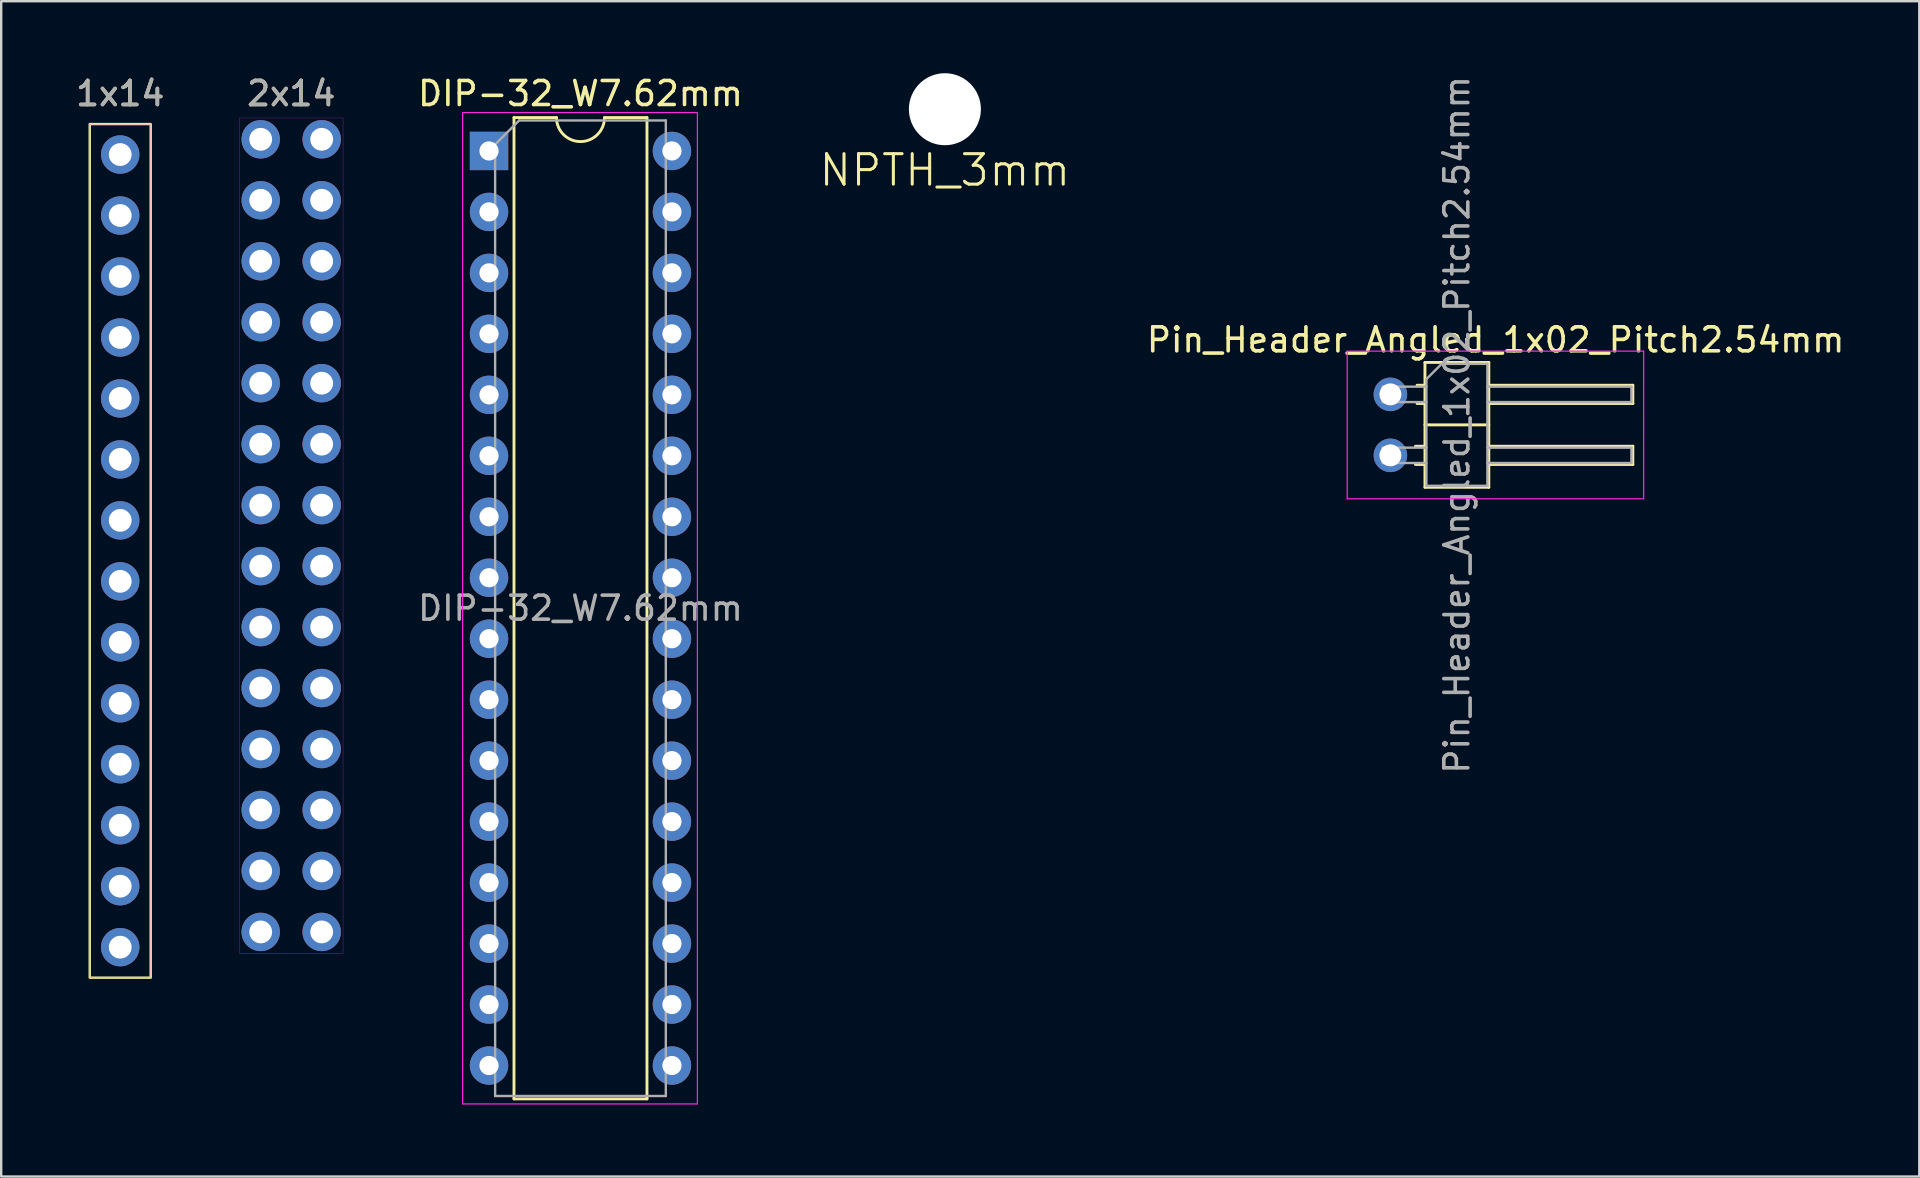
<source format=kicad_pcb>
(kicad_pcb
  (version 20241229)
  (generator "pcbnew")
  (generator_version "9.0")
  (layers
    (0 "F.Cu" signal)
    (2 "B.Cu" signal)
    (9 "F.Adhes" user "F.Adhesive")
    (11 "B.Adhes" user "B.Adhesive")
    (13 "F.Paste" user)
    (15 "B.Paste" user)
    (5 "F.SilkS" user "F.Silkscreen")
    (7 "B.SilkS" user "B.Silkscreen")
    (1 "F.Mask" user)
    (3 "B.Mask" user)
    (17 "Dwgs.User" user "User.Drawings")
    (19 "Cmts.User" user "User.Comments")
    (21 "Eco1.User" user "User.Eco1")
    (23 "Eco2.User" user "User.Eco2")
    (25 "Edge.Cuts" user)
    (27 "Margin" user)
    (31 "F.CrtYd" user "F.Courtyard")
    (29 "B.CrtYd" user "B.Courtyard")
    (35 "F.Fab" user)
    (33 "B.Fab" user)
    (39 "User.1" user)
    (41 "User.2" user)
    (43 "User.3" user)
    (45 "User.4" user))
  (footprint "Pin_Header_Angled_1x02_Pitch2.54mm"
    (layer "F.Cu")
    (at 54.872 13.379)
    (property "Reference" "Pin_Header_Angled_1x02_Pitch2.54mm" (at 4.385 -2.27 0) (layer "F.SilkS") (effects (font (size 1 1) (thickness 0.15))))
    (attr through_hole)
    (fp_line (start 1.043 2.16) (end 1.44 2.16) (stroke (width 0.12) (type solid)) (layer "F.SilkS"))
    (fp_line (start 1.043 2.92) (end 1.44 2.92) (stroke (width 0.12) (type solid)) (layer "F.SilkS"))
    (fp_line (start 1.11 -0.38) (end 1.44 -0.38) (stroke (width 0.12) (type solid)) (layer "F.SilkS"))
    (fp_line (start 1.11 0.38) (end 1.44 0.38) (stroke (width 0.12) (type solid)) (layer "F.SilkS"))
    (fp_line (start 1.44 -1.33) (end 1.44 3.87) (stroke (width 0.12) (type solid)) (layer "F.SilkS"))
    (fp_line (start 1.44 1.27) (end 4.1 1.27) (stroke (width 0.12) (type solid)) (layer "F.SilkS"))
    (fp_line (start 1.44 3.87) (end 4.1 3.87) (stroke (width 0.12) (type solid)) (layer "F.SilkS"))
    (fp_line (start 4.1 -1.33) (end 1.44 -1.33) (stroke (width 0.12) (type solid)) (layer "F.SilkS"))
    (fp_line (start 4.1 -0.38) (end 10.1 -0.38) (stroke (width 0.12) (type solid)) (layer "F.SilkS"))
    (fp_line (start 4.1 2.16) (end 10.1 2.16) (stroke (width 0.12) (type solid)) (layer "F.SilkS"))
    (fp_line (start 4.1 3.87) (end 4.1 -1.33) (stroke (width 0.12) (type solid)) (layer "F.SilkS"))
    (fp_line (start 10.1 -0.38) (end 10.1 0.38) (stroke (width 0.12) (type solid)) (layer "F.SilkS"))
    (fp_line (start 10.1 0.38) (end 4.1 0.38) (stroke (width 0.12) (type solid)) (layer "F.SilkS"))
    (fp_line (start 10.1 2.16) (end 10.1 2.92) (stroke (width 0.12) (type solid)) (layer "F.SilkS"))
    (fp_line (start 10.1 2.92) (end 4.1 2.92) (stroke (width 0.12) (type solid)) (layer "F.SilkS"))
    (fp_line (start -1.8 -1.8) (end -1.8 4.35) (stroke (width 0.05) (type solid)) (layer "F.CrtYd"))
    (fp_line (start -1.8 4.35) (end 10.55 4.35) (stroke (width 0.05) (type solid)) (layer "F.CrtYd"))
    (fp_line (start 10.55 -1.8) (end -1.8 -1.8) (stroke (width 0.05) (type solid)) (layer "F.CrtYd"))
    (fp_line (start 10.55 4.35) (end 10.55 -1.8) (stroke (width 0.05) (type solid)) (layer "F.CrtYd"))
    (fp_line (start -0.32 -0.32) (end -0.32 0.32) (stroke (width 0.1) (type solid)) (layer "F.Fab"))
    (fp_line (start -0.32 -0.32) (end 1.5 -0.32) (stroke (width 0.1) (type solid)) (layer "F.Fab"))
    (fp_line (start -0.32 0.32) (end 1.5 0.32) (stroke (width 0.1) (type solid)) (layer "F.Fab"))
    (fp_line (start -0.32 2.22) (end -0.32 2.86) (stroke (width 0.1) (type solid)) (layer "F.Fab"))
    (fp_line (start -0.32 2.22) (end 1.5 2.22) (stroke (width 0.1) (type solid)) (layer "F.Fab"))
    (fp_line (start -0.32 2.86) (end 1.5 2.86) (stroke (width 0.1) (type solid)) (layer "F.Fab"))
    (fp_line (start 1.5 -0.635) (end 2.135 -1.27) (stroke (width 0.1) (type solid)) (layer "F.Fab"))
    (fp_line (start 1.5 3.81) (end 1.5 -0.635) (stroke (width 0.1) (type solid)) (layer "F.Fab"))
    (fp_line (start 2.135 -1.27) (end 4.04 -1.27) (stroke (width 0.1) (type solid)) (layer "F.Fab"))
    (fp_line (start 4.04 -1.27) (end 4.04 3.81) (stroke (width 0.1) (type solid)) (layer "F.Fab"))
    (fp_line (start 4.04 -0.32) (end 10.04 -0.32) (stroke (width 0.1) (type solid)) (layer "F.Fab"))
    (fp_line (start 4.04 0.32) (end 10.04 0.32) (stroke (width 0.1) (type solid)) (layer "F.Fab"))
    (fp_line (start 4.04 2.22) (end 10.04 2.22) (stroke (width 0.1) (type solid)) (layer "F.Fab"))
    (fp_line (start 4.04 2.86) (end 10.04 2.86) (stroke (width 0.1) (type solid)) (layer "F.Fab"))
    (fp_line (start 4.04 3.81) (end 1.5 3.81) (stroke (width 0.1) (type solid)) (layer "F.Fab"))
    (fp_line (start 10.04 -0.32) (end 10.04 0.32) (stroke (width 0.1) (type solid)) (layer "F.Fab"))
    (fp_line (start 10.04 2.22) (end 10.04 2.86) (stroke (width 0.1) (type solid)) (layer "F.Fab"))
    (fp_text user "${REFERENCE}" (at 2.77 1.27 90) (layer "F.Fab") (effects (font (size 1 1) (thickness 0.15))))
    (pad "1" thru_hole circle (at 0 0) (size 1.397 1.397) (drill 0.914) (layers "*.Cu" "*.Mask"))
    (pad "2" thru_hole circle (at 0 2.54) (size 1.397 1.397) (drill 0.914) (layers "*.Cu" "*.Mask")))
  (footprint "1x14"
    (layer "F.Cu")
    (at 1.958 19.898)
    (property "Reference" "1x14" (at 0 -19.05 0) (layer "F.SilkS") (effects (font (size 1 1) (thickness 0.15))))
    (attr through_hole)
    (fp_rect (start -1.27 -17.78) (end 1.27 17.78) (stroke (width 0.1) (type default)) (fill no) (layer "F.SilkS"))
    (fp_line (start -1.27 -17.78) (end -1.27 17.78) (stroke (width 0.01) (type solid)) (layer "F.CrtYd"))
    (fp_line (start -1.27 17.78) (end 1.27 17.78) (stroke (width 0.01) (type solid)) (layer "F.CrtYd"))
    (fp_line (start 1.27 -17.78) (end -1.27 -17.78) (stroke (width 0.01) (type solid)) (layer "F.CrtYd"))
    (fp_line (start 1.27 17.78) (end 1.27 -17.78) (stroke (width 0.01) (type solid)) (layer "F.CrtYd"))
    (fp_text user "${REFERENCE}" (at 0 -19.05 0) (layer "F.Fab") (effects (font (size 1 1) (thickness 0.15))))
    (pad "1" thru_hole circle (at 0 -16.51) (size 1.6 1.6) (drill 0.95) (layers "*.Cu" "*.Mask"))
    (pad "2" thru_hole circle (at 0 -13.97) (size 1.6 1.6) (drill 0.95) (layers "*.Cu" "*.Mask"))
    (pad "3" thru_hole circle (at 0 -11.43) (size 1.6 1.6) (drill 0.95) (layers "*.Cu" "*.Mask"))
    (pad "4" thru_hole circle (at 0 -8.89) (size 1.6 1.6) (drill 0.95) (layers "*.Cu" "*.Mask"))
    (pad "5" thru_hole circle (at 0 -6.35) (size 1.6 1.6) (drill 0.95) (layers "*.Cu" "*.Mask"))
    (pad "6" thru_hole circle (at 0 -3.81) (size 1.6 1.6) (drill 0.95) (layers "*.Cu" "*.Mask"))
    (pad "7" thru_hole circle (at 0 -1.27) (size 1.6 1.6) (drill 0.95) (layers "*.Cu" "*.Mask"))
    (pad "8" thru_hole circle (at 0 1.27) (size 1.6 1.6) (drill 0.95) (layers "*.Cu" "*.Mask"))
    (pad "9" thru_hole circle (at 0 3.81) (size 1.6 1.6) (drill 0.95) (layers "*.Cu" "*.Mask"))
    (pad "10" thru_hole circle (at 0 6.35) (size 1.6 1.6) (drill 0.95) (layers "*.Cu" "*.Mask"))
    (pad "11" thru_hole circle (at 0 8.89) (size 1.6 1.6) (drill 0.95) (layers "*.Cu" "*.Mask"))
    (pad "12" thru_hole circle (at 0 11.43) (size 1.6 1.6) (drill 0.95) (layers "*.Cu" "*.Mask"))
    (pad "13" thru_hole circle (at 0 13.97) (size 1.6 1.6) (drill 0.95) (layers "*.Cu" "*.Mask"))
    (pad "14" thru_hole circle (at 0 16.51) (size 1.6 1.6) (drill 0.95) (layers "*.Cu" "*.Mask")))
  (footprint "2x14"
    (layer "F.Cu")
    (at 9.081 19.263)
    (property "Reference" "2x14" (at 0 -18.415 0) (layer "F.SilkS") (effects (font (size 1 1) (thickness 0.15))))
    (attr through_hole)
    (fp_line (start -2.159 -17.399) (end -2.159 17.399) (stroke (width 0.01) (type solid)) (layer "F.CrtYd"))
    (fp_line (start -2.159 17.399) (end 2.159 17.399) (stroke (width 0.01) (type solid)) (layer "F.CrtYd"))
    (fp_line (start 2.159 -17.399) (end -2.159 -17.399) (stroke (width 0.01) (type solid)) (layer "F.CrtYd"))
    (fp_line (start 2.159 17.399) (end 2.159 -17.399) (stroke (width 0.01) (type solid)) (layer "F.CrtYd"))
    (fp_text user "${REFERENCE}" (at 0 -18.415 0) (layer "F.Fab") (effects (font (size 1 1) (thickness 0.15))))
    (pad "1" thru_hole circle (at -1.27 -16.51) (size 1.6 1.6) (drill 0.95) (layers "*.Cu" "*.Mask"))
    (pad "2" thru_hole circle (at -1.27 -13.97) (size 1.6 1.6) (drill 0.95) (layers "*.Cu" "*.Mask"))
    (pad "3" thru_hole circle (at -1.27 -11.43) (size 1.6 1.6) (drill 0.95) (layers "*.Cu" "*.Mask"))
    (pad "4" thru_hole circle (at -1.27 -8.89) (size 1.6 1.6) (drill 0.95) (layers "*.Cu" "*.Mask"))
    (pad "5" thru_hole circle (at -1.27 -6.35) (size 1.6 1.6) (drill 0.95) (layers "*.Cu" "*.Mask"))
    (pad "6" thru_hole circle (at -1.27 -3.81) (size 1.6 1.6) (drill 0.95) (layers "*.Cu" "*.Mask"))
    (pad "7" thru_hole circle (at -1.27 -1.27) (size 1.6 1.6) (drill 0.95) (layers "*.Cu" "*.Mask"))
    (pad "8" thru_hole circle (at -1.27 1.27) (size 1.6 1.6) (drill 0.95) (layers "*.Cu" "*.Mask"))
    (pad "9" thru_hole circle (at -1.27 3.81) (size 1.6 1.6) (drill 0.95) (layers "*.Cu" "*.Mask"))
    (pad "10" thru_hole circle (at -1.27 6.35) (size 1.6 1.6) (drill 0.95) (layers "*.Cu" "*.Mask"))
    (pad "11" thru_hole circle (at -1.27 8.89) (size 1.6 1.6) (drill 0.95) (layers "*.Cu" "*.Mask"))
    (pad "12" thru_hole circle (at -1.27 11.43) (size 1.6 1.6) (drill 0.95) (layers "*.Cu" "*.Mask"))
    (pad "13" thru_hole circle (at -1.27 13.97) (size 1.6 1.6) (drill 0.95) (layers "*.Cu" "*.Mask"))
    (pad "14" thru_hole circle (at -1.27 16.51) (size 1.6 1.6) (drill 0.95) (layers "*.Cu" "*.Mask"))
    (pad "15" thru_hole circle (at 1.27 16.51) (size 1.6 1.6) (drill 0.95) (layers "*.Cu" "*.Mask"))
    (pad "16" thru_hole circle (at 1.27 13.97) (size 1.6 1.6) (drill 0.95) (layers "*.Cu" "*.Mask"))
    (pad "17" thru_hole circle (at 1.27 11.43) (size 1.6 1.6) (drill 0.95) (layers "*.Cu" "*.Mask"))
    (pad "18" thru_hole circle (at 1.27 8.89) (size 1.6 1.6) (drill 0.95) (layers "*.Cu" "*.Mask"))
    (pad "19" thru_hole circle (at 1.27 6.35) (size 1.6 1.6) (drill 0.95) (layers "*.Cu" "*.Mask"))
    (pad "20" thru_hole circle (at 1.27 3.81) (size 1.6 1.6) (drill 0.95) (layers "*.Cu" "*.Mask"))
    (pad "21" thru_hole circle (at 1.27 1.27) (size 1.6 1.6) (drill 0.95) (layers "*.Cu" "*.Mask"))
    (pad "22" thru_hole circle (at 1.27 -1.27) (size 1.6 1.6) (drill 0.95) (layers "*.Cu" "*.Mask"))
    (pad "23" thru_hole circle (at 1.27 -3.81) (size 1.6 1.6) (drill 0.95) (layers "*.Cu" "*.Mask"))
    (pad "24" thru_hole circle (at 1.27 -6.35) (size 1.6 1.6) (drill 0.95) (layers "*.Cu" "*.Mask"))
    (pad "25" thru_hole circle (at 1.27 -8.89) (size 1.6 1.6) (drill 0.95) (layers "*.Cu" "*.Mask"))
    (pad "26" thru_hole circle (at 1.27 -11.43) (size 1.6 1.6) (drill 0.95) (layers "*.Cu" "*.Mask"))
    (pad "27" thru_hole circle (at 1.27 -13.97) (size 1.6 1.6) (drill 0.95) (layers "*.Cu" "*.Mask"))
    (pad "28" thru_hole circle (at 1.27 -16.51) (size 1.6 1.6) (drill 0.95) (layers "*.Cu" "*.Mask")))
  (footprint "NPTH_3mm"
    (layer "F.Cu")
    (at 36.313 1.5)
    (property "Reference" "NPTH_3mm" (at 0 2.54 0) (layer "F.SilkS") (effects (font (size 1.27 1.27) (thickness 0.127))))
    (attr through_hole)
    (pad "" np_thru_hole circle (at 0 0) (size 3 3) (drill 3) (layers "*.Cu" "*.Mask")))
  (footprint "DIP-32_W7.62mm"
    (layer "F.Cu")
    (at 17.322 3.238)
    (property "Reference" "DIP-32_W7.62mm" (at 3.81 -2.39 0) (layer "F.SilkS") (effects (font (size 1 1) (thickness 0.15))))
    (attr through_hole)
    (fp_line (start 1.04 -1.39) (end 1.04 39.49) (stroke (width 0.12) (type solid)) (layer "F.SilkS"))
    (fp_line (start 1.04 39.49) (end 6.58 39.49) (stroke (width 0.12) (type solid)) (layer "F.SilkS"))
    (fp_line (start 2.81 -1.39) (end 1.04 -1.39) (stroke (width 0.12) (type solid)) (layer "F.SilkS"))
    (fp_line (start 6.58 -1.39) (end 4.81 -1.39) (stroke (width 0.12) (type solid)) (layer "F.SilkS"))
    (fp_line (start 6.58 39.49) (end 6.58 -1.39) (stroke (width 0.12) (type solid)) (layer "F.SilkS"))
    (fp_arc (start 4.81 -1.39) (mid 3.81 -0.39) (end 2.81 -1.39) (stroke (width 0.12) (type solid)) (layer "F.SilkS"))
    (fp_line (start -1.1 -1.6) (end -1.1 39.7) (stroke (width 0.05) (type solid)) (layer "F.CrtYd"))
    (fp_line (start -1.1 39.7) (end 8.68 39.7) (stroke (width 0.05) (type solid)) (layer "F.CrtYd"))
    (fp_line (start 8.68 -1.6) (end -1.1 -1.6) (stroke (width 0.05) (type solid)) (layer "F.CrtYd"))
    (fp_line (start 8.68 39.7) (end 8.68 -1.6) (stroke (width 0.05) (type solid)) (layer "F.CrtYd"))
    (fp_line (start 0.255 -0.27) (end 1.255 -1.27) (stroke (width 0.1) (type solid)) (layer "F.Fab"))
    (fp_line (start 0.255 39.37) (end 0.255 -0.27) (stroke (width 0.1) (type solid)) (layer "F.Fab"))
    (fp_line (start 1.255 -1.27) (end 7.365 -1.27) (stroke (width 0.1) (type solid)) (layer "F.Fab"))
    (fp_line (start 7.365 -1.27) (end 7.365 39.37) (stroke (width 0.1) (type solid)) (layer "F.Fab"))
    (fp_line (start 7.365 39.37) (end 0.255 39.37) (stroke (width 0.1) (type solid)) (layer "F.Fab"))
    (fp_text user "${REFERENCE}" (at 3.81 19.05 0) (layer "F.Fab") (effects (font (size 1 1) (thickness 0.15))))
    (pad "1" thru_hole rect (at 0 0) (size 1.6 1.6) (drill 0.8) (layers "*.Cu" "*.Mask"))
    (pad "2" thru_hole oval (at 0 2.54) (size 1.6 1.6) (drill 0.8) (layers "*.Cu" "*.Mask"))
    (pad "3" thru_hole oval (at 0 5.08) (size 1.6 1.6) (drill 0.8) (layers "*.Cu" "*.Mask"))
    (pad "4" thru_hole oval (at 0 7.62) (size 1.6 1.6) (drill 0.8) (layers "*.Cu" "*.Mask"))
    (pad "5" thru_hole oval (at 0 10.16) (size 1.6 1.6) (drill 0.8) (layers "*.Cu" "*.Mask"))
    (pad "6" thru_hole oval (at 0 12.7) (size 1.6 1.6) (drill 0.8) (layers "*.Cu" "*.Mask"))
    (pad "7" thru_hole oval (at 0 15.24) (size 1.6 1.6) (drill 0.8) (layers "*.Cu" "*.Mask"))
    (pad "8" thru_hole oval (at 0 17.78) (size 1.6 1.6) (drill 0.8) (layers "*.Cu" "*.Mask"))
    (pad "9" thru_hole oval (at 0 20.32) (size 1.6 1.6) (drill 0.8) (layers "*.Cu" "*.Mask"))
    (pad "10" thru_hole oval (at 0 22.86) (size 1.6 1.6) (drill 0.8) (layers "*.Cu" "*.Mask"))
    (pad "11" thru_hole oval (at 0 25.4) (size 1.6 1.6) (drill 0.8) (layers "*.Cu" "*.Mask"))
    (pad "12" thru_hole oval (at 0 27.94) (size 1.6 1.6) (drill 0.8) (layers "*.Cu" "*.Mask"))
    (pad "13" thru_hole oval (at 0 30.48) (size 1.6 1.6) (drill 0.8) (layers "*.Cu" "*.Mask"))
    (pad "14" thru_hole oval (at 0 33.02) (size 1.6 1.6) (drill 0.8) (layers "*.Cu" "*.Mask"))
    (pad "15" thru_hole oval (at 0 35.56) (size 1.6 1.6) (drill 0.8) (layers "*.Cu" "*.Mask"))
    (pad "16" thru_hole oval (at 0 38.1) (size 1.6 1.6) (drill 0.8) (layers "*.Cu" "*.Mask"))
    (pad "17" thru_hole oval (at 7.62 38.1) (size 1.6 1.6) (drill 0.8) (layers "*.Cu" "*.Mask"))
    (pad "18" thru_hole oval (at 7.62 35.56) (size 1.6 1.6) (drill 0.8) (layers "*.Cu" "*.Mask"))
    (pad "19" thru_hole oval (at 7.62 33.02) (size 1.6 1.6) (drill 0.8) (layers "*.Cu" "*.Mask"))
    (pad "20" thru_hole oval (at 7.62 30.48) (size 1.6 1.6) (drill 0.8) (layers "*.Cu" "*.Mask"))
    (pad "21" thru_hole oval (at 7.62 27.94) (size 1.6 1.6) (drill 0.8) (layers "*.Cu" "*.Mask"))
    (pad "22" thru_hole oval (at 7.62 25.4) (size 1.6 1.6) (drill 0.8) (layers "*.Cu" "*.Mask"))
    (pad "23" thru_hole oval (at 7.62 22.86) (size 1.6 1.6) (drill 0.8) (layers "*.Cu" "*.Mask"))
    (pad "24" thru_hole oval (at 7.62 20.32) (size 1.6 1.6) (drill 0.8) (layers "*.Cu" "*.Mask"))
    (pad "25" thru_hole oval (at 7.62 17.78) (size 1.6 1.6) (drill 0.8) (layers "*.Cu" "*.Mask"))
    (pad "26" thru_hole oval (at 7.62 15.24) (size 1.6 1.6) (drill 0.8) (layers "*.Cu" "*.Mask"))
    (pad "27" thru_hole oval (at 7.62 12.7) (size 1.6 1.6) (drill 0.8) (layers "*.Cu" "*.Mask"))
    (pad "28" thru_hole oval (at 7.62 10.16) (size 1.6 1.6) (drill 0.8) (layers "*.Cu" "*.Mask"))
    (pad "29" thru_hole oval (at 7.62 7.62) (size 1.6 1.6) (drill 0.8) (layers "*.Cu" "*.Mask"))
    (pad "30" thru_hole oval (at 7.62 5.08) (size 1.6 1.6) (drill 0.8) (layers "*.Cu" "*.Mask"))
    (pad "31" thru_hole oval (at 7.62 2.54) (size 1.6 1.6) (drill 0.8) (layers "*.Cu" "*.Mask"))
    (pad "32" thru_hole oval (at 7.62 0) (size 1.6 1.6) (drill 0.8) (layers "*.Cu" "*.Mask")))
  (gr_rect
    (start -3 -3)
    (end 76.905 45.963)
    (stroke (width 0.1) (type default))
    (fill no)
    (layer "Edge.Cuts")))
</source>
